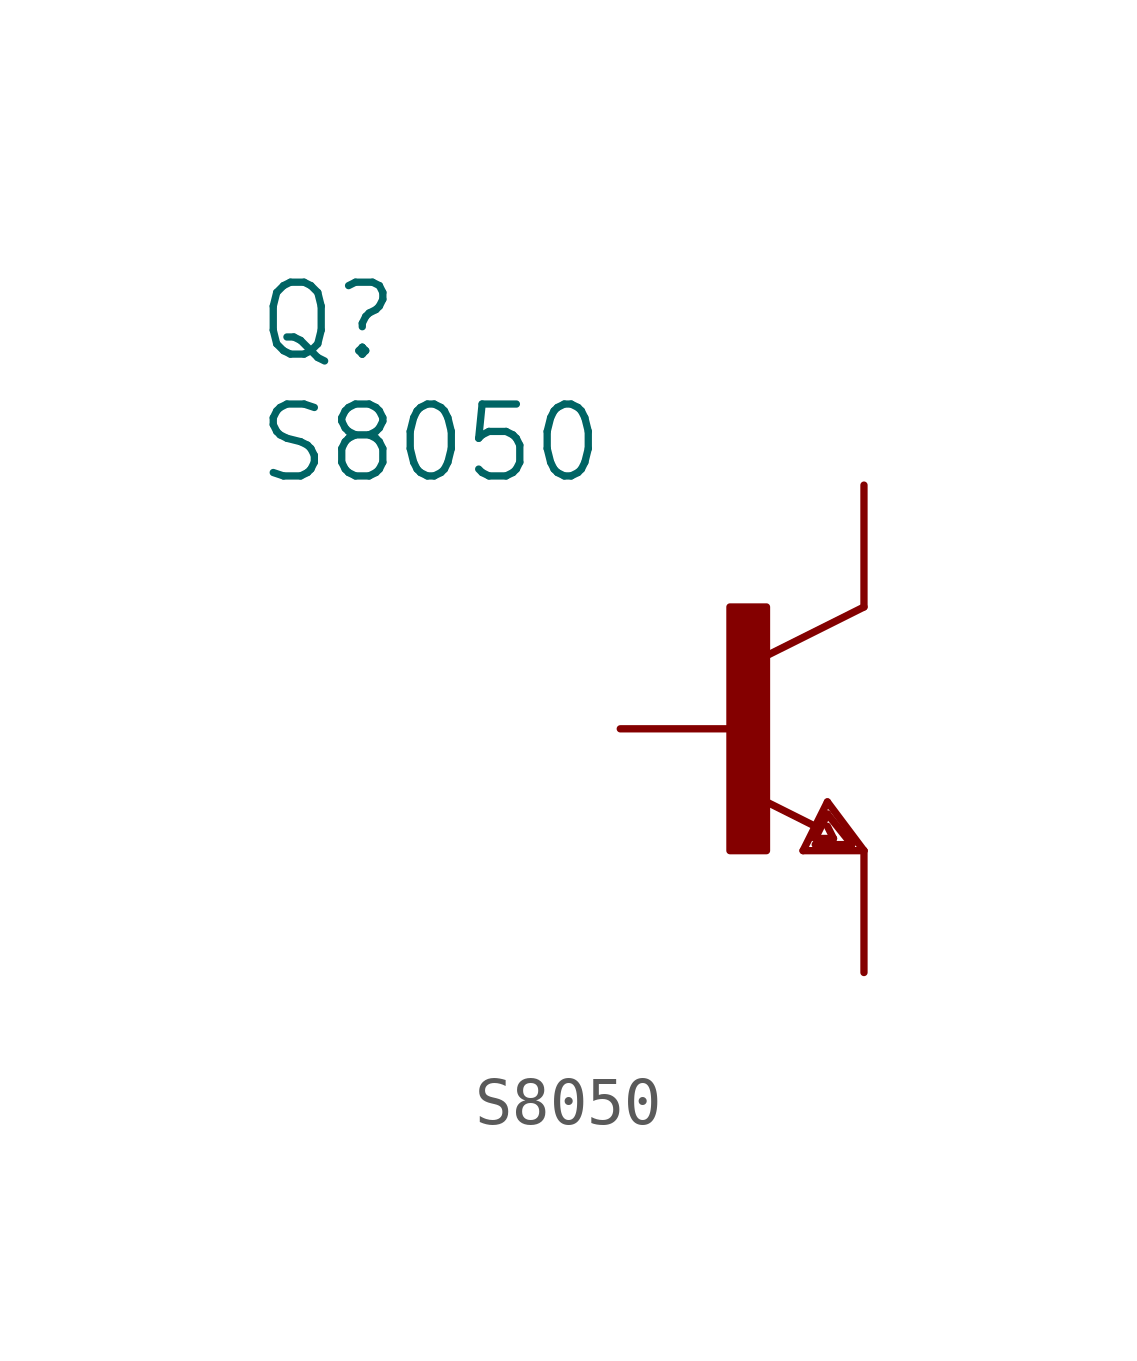
<source format=kicad_sym>
(kicad_symbol_lib
  (version 20211014)
  (generator kicad_symbol_editor)
  (symbol "S8050"
    (pin_names
      (offset 1.016))
    (property "Reference" "Q"
      (at -10.16 7.62 0)
      (effects (font (size 1.499 1.499)) (justify left bottom)))
    (property "Value" "S8050"
      (at -10.16 5.08 0)
      (effects (font (size 1.499 1.499)) (justify left bottom)))
    (property "ki_locked" ""
      (at 0 0 0)
      (effects (font (size 1.27 1.27))))
    (symbol "S8050_1_0"
      (rectangle (start -0.254 -2.54) (end 0.508 2.54) (stroke (width 0) (type default) (color 0 0 0 0)) (fill (type outline)))
      (polyline (pts (xy 1.27 -2.54) (xy 1.778 -1.524)) (stroke (width 0) (type default) (color 0 0 0 0)) (fill (type none)))
      (polyline (pts (xy 1.524 -2.413) (xy 2.286 -2.413)) (stroke (width 0) (type default) (color 0 0 0 0)) (fill (type none)))
      (polyline (pts (xy 1.524 -2.286) (xy 1.905 -2.286)) (stroke (width 0) (type default) (color 0 0 0 0)) (fill (type none)))
      (polyline (pts (xy 1.524 -2.032) (xy 0.305 -1.422)) (stroke (width 0) (type default) (color 0 0 0 0)) (fill (type none)))
      (polyline (pts (xy 1.778 -1.778) (xy 1.524 -2.286)) (stroke (width 0) (type default) (color 0 0 0 0)) (fill (type none)))
      (polyline (pts (xy 1.778 -1.524) (xy 2.54 -2.54)) (stroke (width 0) (type default) (color 0 0 0 0)) (fill (type none)))
      (polyline (pts (xy 1.905 -2.286) (xy 1.778 -2.032)) (stroke (width 0) (type default) (color 0 0 0 0)) (fill (type none)))
      (polyline (pts (xy 2.286 -2.413) (xy 1.778 -1.778)) (stroke (width 0) (type default) (color 0 0 0 0)) (fill (type none)))
      (polyline (pts (xy 2.54 -2.54) (xy 1.27 -2.54)) (stroke (width 0) (type default) (color 0 0 0 0)) (fill (type none)))
      (polyline (pts (xy 2.54 2.54) (xy 0.508 1.524)) (stroke (width 0) (type default) (color 0 0 0 0)) (fill (type none)))
      (pin passive line (at -2.54 0 0) (length 2.54) (name "B" (effects (font (size 0 0)))) (number "1" (effects (font (size 0 0)))))
      (pin passive line (at 2.54 -5.08 90) (length 2.54) (name "E" (effects (font (size 0 0)))) (number "2" (effects (font (size 0 0)))))
      (pin passive line (at 2.54 5.08 270) (length 2.54) (name "C" (effects (font (size 0 0)))) (number "3" (effects (font (size 0 0))))))))
</source>
